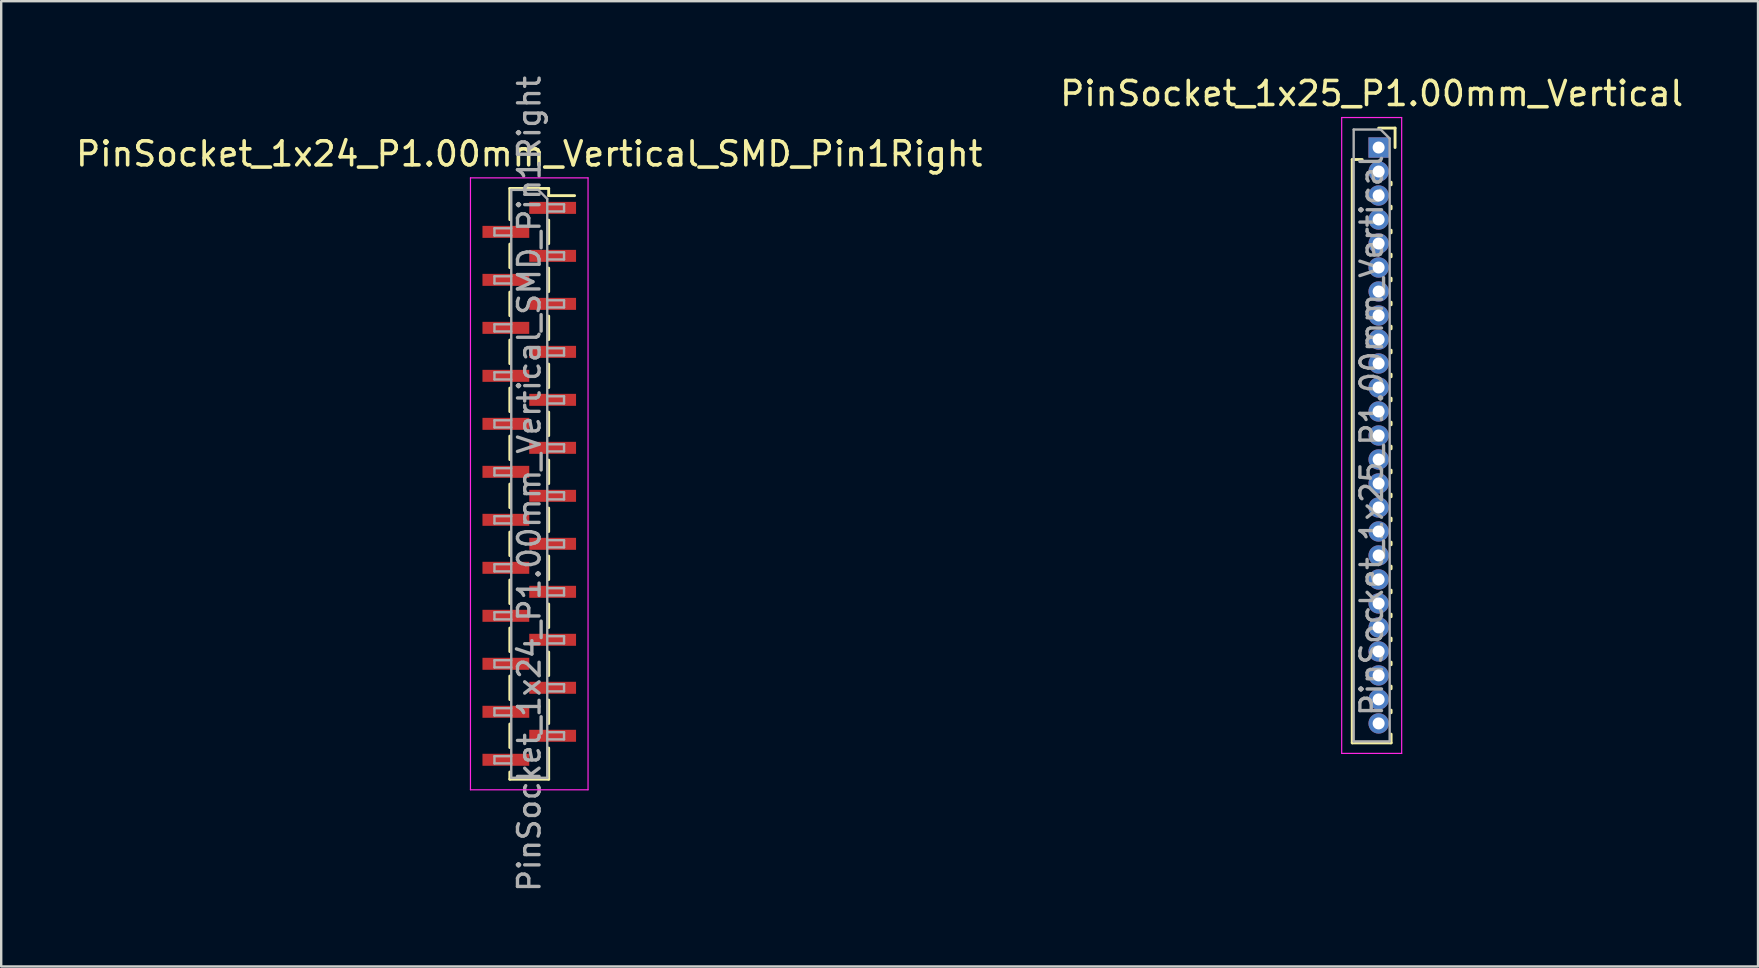
<source format=kicad_pcb>
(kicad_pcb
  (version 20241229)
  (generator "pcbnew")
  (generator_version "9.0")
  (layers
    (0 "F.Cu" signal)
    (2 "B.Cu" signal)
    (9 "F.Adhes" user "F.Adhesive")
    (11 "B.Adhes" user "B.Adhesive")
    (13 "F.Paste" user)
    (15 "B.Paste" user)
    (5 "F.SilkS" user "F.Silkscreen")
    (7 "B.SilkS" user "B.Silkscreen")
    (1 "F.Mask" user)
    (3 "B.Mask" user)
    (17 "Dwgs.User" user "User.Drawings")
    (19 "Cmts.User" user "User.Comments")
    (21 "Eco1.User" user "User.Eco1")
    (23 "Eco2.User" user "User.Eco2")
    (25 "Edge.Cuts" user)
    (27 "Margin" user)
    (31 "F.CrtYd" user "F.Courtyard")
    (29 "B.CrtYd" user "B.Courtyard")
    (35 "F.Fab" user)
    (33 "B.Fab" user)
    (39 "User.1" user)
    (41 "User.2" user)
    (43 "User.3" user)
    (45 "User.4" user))
  (footprint "PinSocket_1x25_P1.00mm_Vertical"
    (layer "F.Cu")
    (at 54.403 3.098)
    (property "Reference" "PinSocket_1x25_P1.00mm_Vertical" (at -0.29 -2.25 0) (layer "F.SilkS") (effects (font (size 1 1) (thickness 0.15))))
    (attr through_hole)
    (fp_line (start -1.1 0.5) (end -1.1 24.81) (stroke (width 0.12) (type solid)) (layer "F.SilkS"))
    (fp_line (start -1.1 0.5) (end -0.685 0.5) (stroke (width 0.12) (type solid)) (layer "F.SilkS"))
    (fp_line (start -1.1 24.81) (end 0.52 24.81) (stroke (width 0.12) (type solid)) (layer "F.SilkS"))
    (fp_line (start 0 -0.81) (end 0.685 -0.81) (stroke (width 0.12) (type solid)) (layer "F.SilkS"))
    (fp_line (start 0.52 1.446) (end 0.52 1.554) (stroke (width 0.12) (type solid)) (layer "F.SilkS"))
    (fp_line (start 0.52 2.446) (end 0.52 2.554) (stroke (width 0.12) (type solid)) (layer "F.SilkS"))
    (fp_line (start 0.52 3.446) (end 0.52 3.554) (stroke (width 0.12) (type solid)) (layer "F.SilkS"))
    (fp_line (start 0.52 4.446) (end 0.52 4.554) (stroke (width 0.12) (type solid)) (layer "F.SilkS"))
    (fp_line (start 0.52 5.446) (end 0.52 5.554) (stroke (width 0.12) (type solid)) (layer "F.SilkS"))
    (fp_line (start 0.52 6.446) (end 0.52 6.554) (stroke (width 0.12) (type solid)) (layer "F.SilkS"))
    (fp_line (start 0.52 7.446) (end 0.52 7.554) (stroke (width 0.12) (type solid)) (layer "F.SilkS"))
    (fp_line (start 0.52 8.446) (end 0.52 8.554) (stroke (width 0.12) (type solid)) (layer "F.SilkS"))
    (fp_line (start 0.52 9.446) (end 0.52 9.554) (stroke (width 0.12) (type solid)) (layer "F.SilkS"))
    (fp_line (start 0.52 10.446) (end 0.52 10.554) (stroke (width 0.12) (type solid)) (layer "F.SilkS"))
    (fp_line (start 0.52 11.446) (end 0.52 11.554) (stroke (width 0.12) (type solid)) (layer "F.SilkS"))
    (fp_line (start 0.52 12.446) (end 0.52 12.554) (stroke (width 0.12) (type solid)) (layer "F.SilkS"))
    (fp_line (start 0.52 13.446) (end 0.52 13.554) (stroke (width 0.12) (type solid)) (layer "F.SilkS"))
    (fp_line (start 0.52 14.446) (end 0.52 14.554) (stroke (width 0.12) (type solid)) (layer "F.SilkS"))
    (fp_line (start 0.52 15.446) (end 0.52 15.554) (stroke (width 0.12) (type solid)) (layer "F.SilkS"))
    (fp_line (start 0.52 16.446) (end 0.52 16.554) (stroke (width 0.12) (type solid)) (layer "F.SilkS"))
    (fp_line (start 0.52 17.446) (end 0.52 17.554) (stroke (width 0.12) (type solid)) (layer "F.SilkS"))
    (fp_line (start 0.52 18.446) (end 0.52 18.554) (stroke (width 0.12) (type solid)) (layer "F.SilkS"))
    (fp_line (start 0.52 19.446) (end 0.52 19.554) (stroke (width 0.12) (type solid)) (layer "F.SilkS"))
    (fp_line (start 0.52 20.446) (end 0.52 20.554) (stroke (width 0.12) (type solid)) (layer "F.SilkS"))
    (fp_line (start 0.52 21.446) (end 0.52 21.554) (stroke (width 0.12) (type solid)) (layer "F.SilkS"))
    (fp_line (start 0.52 22.446) (end 0.52 22.554) (stroke (width 0.12) (type solid)) (layer "F.SilkS"))
    (fp_line (start 0.52 23.446) (end 0.52 23.554) (stroke (width 0.12) (type solid)) (layer "F.SilkS"))
    (fp_line (start 0.52 24.446) (end 0.52 24.81) (stroke (width 0.12) (type solid)) (layer "F.SilkS"))
    (fp_line (start 0.685 -0.81) (end 0.685 0) (stroke (width 0.12) (type solid)) (layer "F.SilkS"))
    (fp_line (start -1.54 -1.25) (end 0.96 -1.25) (stroke (width 0.05) (type solid)) (layer "F.CrtYd"))
    (fp_line (start -1.54 25.25) (end -1.54 -1.25) (stroke (width 0.05) (type solid)) (layer "F.CrtYd"))
    (fp_line (start 0.96 -1.25) (end 0.96 25.25) (stroke (width 0.05) (type solid)) (layer "F.CrtYd"))
    (fp_line (start 0.96 25.25) (end -1.54 25.25) (stroke (width 0.05) (type solid)) (layer "F.CrtYd"))
    (fp_line (start -1.04 -0.75) (end 0.085 -0.75) (stroke (width 0.1) (type solid)) (layer "F.Fab"))
    (fp_line (start -1.04 24.75) (end -1.04 -0.75) (stroke (width 0.1) (type solid)) (layer "F.Fab"))
    (fp_line (start 0.085 -0.75) (end 0.46 -0.375) (stroke (width 0.1) (type solid)) (layer "F.Fab"))
    (fp_line (start 0.46 -0.375) (end 0.46 24.75) (stroke (width 0.1) (type solid)) (layer "F.Fab"))
    (fp_line (start 0.46 24.75) (end -1.04 24.75) (stroke (width 0.1) (type solid)) (layer "F.Fab"))
    (fp_text user "${REFERENCE}" (at -0.29 12 90) (layer "F.Fab") (effects (font (size 0.9 0.9) (thickness 0.14))))
    (pad "1" thru_hole rect (at 0 0) (size 0.85 0.85) (drill 0.5) (layers "*.Cu" "*.Mask"))
    (pad "2" thru_hole oval (at 0 1) (size 0.85 0.85) (drill 0.5) (layers "*.Cu" "*.Mask"))
    (pad "3" thru_hole oval (at 0 2) (size 0.85 0.85) (drill 0.5) (layers "*.Cu" "*.Mask"))
    (pad "4" thru_hole oval (at 0 3) (size 0.85 0.85) (drill 0.5) (layers "*.Cu" "*.Mask"))
    (pad "5" thru_hole oval (at 0 4) (size 0.85 0.85) (drill 0.5) (layers "*.Cu" "*.Mask"))
    (pad "6" thru_hole oval (at 0 5) (size 0.85 0.85) (drill 0.5) (layers "*.Cu" "*.Mask"))
    (pad "7" thru_hole oval (at 0 6) (size 0.85 0.85) (drill 0.5) (layers "*.Cu" "*.Mask"))
    (pad "8" thru_hole oval (at 0 7) (size 0.85 0.85) (drill 0.5) (layers "*.Cu" "*.Mask"))
    (pad "9" thru_hole oval (at 0 8) (size 0.85 0.85) (drill 0.5) (layers "*.Cu" "*.Mask"))
    (pad "10" thru_hole oval (at 0 9) (size 0.85 0.85) (drill 0.5) (layers "*.Cu" "*.Mask"))
    (pad "11" thru_hole oval (at 0 10) (size 0.85 0.85) (drill 0.5) (layers "*.Cu" "*.Mask"))
    (pad "12" thru_hole oval (at 0 11) (size 0.85 0.85) (drill 0.5) (layers "*.Cu" "*.Mask"))
    (pad "13" thru_hole oval (at 0 12) (size 0.85 0.85) (drill 0.5) (layers "*.Cu" "*.Mask"))
    (pad "14" thru_hole oval (at 0 13) (size 0.85 0.85) (drill 0.5) (layers "*.Cu" "*.Mask"))
    (pad "15" thru_hole oval (at 0 14) (size 0.85 0.85) (drill 0.5) (layers "*.Cu" "*.Mask"))
    (pad "16" thru_hole oval (at 0 15) (size 0.85 0.85) (drill 0.5) (layers "*.Cu" "*.Mask"))
    (pad "17" thru_hole oval (at 0 16) (size 0.85 0.85) (drill 0.5) (layers "*.Cu" "*.Mask"))
    (pad "18" thru_hole oval (at 0 17) (size 0.85 0.85) (drill 0.5) (layers "*.Cu" "*.Mask"))
    (pad "19" thru_hole oval (at 0 18) (size 0.85 0.85) (drill 0.5) (layers "*.Cu" "*.Mask"))
    (pad "20" thru_hole oval (at 0 19) (size 0.85 0.85) (drill 0.5) (layers "*.Cu" "*.Mask"))
    (pad "21" thru_hole oval (at 0 20) (size 0.85 0.85) (drill 0.5) (layers "*.Cu" "*.Mask"))
    (pad "22" thru_hole oval (at 0 21) (size 0.85 0.85) (drill 0.5) (layers "*.Cu" "*.Mask"))
    (pad "23" thru_hole oval (at 0 22) (size 0.85 0.85) (drill 0.5) (layers "*.Cu" "*.Mask"))
    (pad "24" thru_hole oval (at 0 23) (size 0.85 0.85) (drill 0.5) (layers "*.Cu" "*.Mask"))
    (pad "25" thru_hole oval (at 0 24) (size 0.85 0.85) (drill 0.5) (layers "*.Cu" "*.Mask")))
  (footprint "PinSocket_1x24_P1.00mm_Vertical_SMD_Pin1Right"
    (layer "F.Cu")
    (at 19.006 17.113)
    (property "Reference" "PinSocket_1x24_P1.00mm_Vertical_SMD_Pin1Right" (at 0 -13.75 0) (layer "F.SilkS") (effects (font (size 1 1) (thickness 0.15))))
    (attr smd)
    (fp_line (start -0.81 -12.31) (end -0.81 -11.01) (stroke (width 0.12) (type solid)) (layer "F.SilkS"))
    (fp_line (start -0.81 -12.31) (end 0.81 -12.31) (stroke (width 0.12) (type solid)) (layer "F.SilkS"))
    (fp_line (start -0.81 -9.99) (end -0.81 -9.01) (stroke (width 0.12) (type solid)) (layer "F.SilkS"))
    (fp_line (start -0.81 -7.99) (end -0.81 -7.01) (stroke (width 0.12) (type solid)) (layer "F.SilkS"))
    (fp_line (start -0.81 -5.99) (end -0.81 -5.01) (stroke (width 0.12) (type solid)) (layer "F.SilkS"))
    (fp_line (start -0.81 -3.99) (end -0.81 -3.01) (stroke (width 0.12) (type solid)) (layer "F.SilkS"))
    (fp_line (start -0.81 -1.99) (end -0.81 -1.01) (stroke (width 0.12) (type solid)) (layer "F.SilkS"))
    (fp_line (start -0.81 0.01) (end -0.81 0.99) (stroke (width 0.12) (type solid)) (layer "F.SilkS"))
    (fp_line (start -0.81 2.01) (end -0.81 2.99) (stroke (width 0.12) (type solid)) (layer "F.SilkS"))
    (fp_line (start -0.81 4.01) (end -0.81 4.99) (stroke (width 0.12) (type solid)) (layer "F.SilkS"))
    (fp_line (start -0.81 6.01) (end -0.81 6.99) (stroke (width 0.12) (type solid)) (layer "F.SilkS"))
    (fp_line (start -0.81 8.01) (end -0.81 8.99) (stroke (width 0.12) (type solid)) (layer "F.SilkS"))
    (fp_line (start -0.81 10.01) (end -0.81 10.99) (stroke (width 0.12) (type solid)) (layer "F.SilkS"))
    (fp_line (start -0.81 12.01) (end -0.81 12.31) (stroke (width 0.12) (type solid)) (layer "F.SilkS"))
    (fp_line (start -0.81 12.31) (end 0.81 12.31) (stroke (width 0.12) (type solid)) (layer "F.SilkS"))
    (fp_line (start 0.81 -12.31) (end 0.81 -12.01) (stroke (width 0.12) (type solid)) (layer "F.SilkS"))
    (fp_line (start 0.81 -12.01) (end 1.89 -12.01) (stroke (width 0.12) (type solid)) (layer "F.SilkS"))
    (fp_line (start 0.81 -10.99) (end 0.81 -10.01) (stroke (width 0.12) (type solid)) (layer "F.SilkS"))
    (fp_line (start 0.81 -8.99) (end 0.81 -8.01) (stroke (width 0.12) (type solid)) (layer "F.SilkS"))
    (fp_line (start 0.81 -6.99) (end 0.81 -6.01) (stroke (width 0.12) (type solid)) (layer "F.SilkS"))
    (fp_line (start 0.81 -4.99) (end 0.81 -4.01) (stroke (width 0.12) (type solid)) (layer "F.SilkS"))
    (fp_line (start 0.81 -2.99) (end 0.81 -2.01) (stroke (width 0.12) (type solid)) (layer "F.SilkS"))
    (fp_line (start 0.81 -0.99) (end 0.81 -0.01) (stroke (width 0.12) (type solid)) (layer "F.SilkS"))
    (fp_line (start 0.81 1.01) (end 0.81 1.99) (stroke (width 0.12) (type solid)) (layer "F.SilkS"))
    (fp_line (start 0.81 3.01) (end 0.81 3.99) (stroke (width 0.12) (type solid)) (layer "F.SilkS"))
    (fp_line (start 0.81 5.01) (end 0.81 5.99) (stroke (width 0.12) (type solid)) (layer "F.SilkS"))
    (fp_line (start 0.81 7.01) (end 0.81 7.99) (stroke (width 0.12) (type solid)) (layer "F.SilkS"))
    (fp_line (start 0.81 9.01) (end 0.81 9.99) (stroke (width 0.12) (type solid)) (layer "F.SilkS"))
    (fp_line (start 0.81 11.01) (end 0.81 12.31) (stroke (width 0.12) (type solid)) (layer "F.SilkS"))
    (fp_line (start -2.45 -12.75) (end 2.45 -12.75) (stroke (width 0.05) (type solid)) (layer "F.CrtYd"))
    (fp_line (start -2.45 12.75) (end -2.45 -12.75) (stroke (width 0.05) (type solid)) (layer "F.CrtYd"))
    (fp_line (start 2.45 -12.75) (end 2.45 12.75) (stroke (width 0.05) (type solid)) (layer "F.CrtYd"))
    (fp_line (start 2.45 12.75) (end -2.45 12.75) (stroke (width 0.05) (type solid)) (layer "F.CrtYd"))
    (fp_line (start -1.45 -10.65) (end -0.75 -10.65) (stroke (width 0.1) (type solid)) (layer "F.Fab"))
    (fp_line (start -1.45 -10.35) (end -1.45 -10.65) (stroke (width 0.1) (type solid)) (layer "F.Fab"))
    (fp_line (start -1.45 -8.65) (end -0.75 -8.65) (stroke (width 0.1) (type solid)) (layer "F.Fab"))
    (fp_line (start -1.45 -8.35) (end -1.45 -8.65) (stroke (width 0.1) (type solid)) (layer "F.Fab"))
    (fp_line (start -1.45 -6.65) (end -0.75 -6.65) (stroke (width 0.1) (type solid)) (layer "F.Fab"))
    (fp_line (start -1.45 -6.35) (end -1.45 -6.65) (stroke (width 0.1) (type solid)) (layer "F.Fab"))
    (fp_line (start -1.45 -4.65) (end -0.75 -4.65) (stroke (width 0.1) (type solid)) (layer "F.Fab"))
    (fp_line (start -1.45 -4.35) (end -1.45 -4.65) (stroke (width 0.1) (type solid)) (layer "F.Fab"))
    (fp_line (start -1.45 -2.65) (end -0.75 -2.65) (stroke (width 0.1) (type solid)) (layer "F.Fab"))
    (fp_line (start -1.45 -2.35) (end -1.45 -2.65) (stroke (width 0.1) (type solid)) (layer "F.Fab"))
    (fp_line (start -1.45 -0.65) (end -0.75 -0.65) (stroke (width 0.1) (type solid)) (layer "F.Fab"))
    (fp_line (start -1.45 -0.35) (end -1.45 -0.65) (stroke (width 0.1) (type solid)) (layer "F.Fab"))
    (fp_line (start -1.45 1.35) (end -0.75 1.35) (stroke (width 0.1) (type solid)) (layer "F.Fab"))
    (fp_line (start -1.45 1.65) (end -1.45 1.35) (stroke (width 0.1) (type solid)) (layer "F.Fab"))
    (fp_line (start -1.45 3.35) (end -0.75 3.35) (stroke (width 0.1) (type solid)) (layer "F.Fab"))
    (fp_line (start -1.45 3.65) (end -1.45 3.35) (stroke (width 0.1) (type solid)) (layer "F.Fab"))
    (fp_line (start -1.45 5.35) (end -0.75 5.35) (stroke (width 0.1) (type solid)) (layer "F.Fab"))
    (fp_line (start -1.45 5.65) (end -1.45 5.35) (stroke (width 0.1) (type solid)) (layer "F.Fab"))
    (fp_line (start -1.45 7.35) (end -0.75 7.35) (stroke (width 0.1) (type solid)) (layer "F.Fab"))
    (fp_line (start -1.45 7.65) (end -1.45 7.35) (stroke (width 0.1) (type solid)) (layer "F.Fab"))
    (fp_line (start -1.45 9.35) (end -0.75 9.35) (stroke (width 0.1) (type solid)) (layer "F.Fab"))
    (fp_line (start -1.45 9.65) (end -1.45 9.35) (stroke (width 0.1) (type solid)) (layer "F.Fab"))
    (fp_line (start -1.45 11.35) (end -0.75 11.35) (stroke (width 0.1) (type solid)) (layer "F.Fab"))
    (fp_line (start -1.45 11.65) (end -1.45 11.35) (stroke (width 0.1) (type solid)) (layer "F.Fab"))
    (fp_line (start -0.75 -12.25) (end 0.375 -12.25) (stroke (width 0.1) (type solid)) (layer "F.Fab"))
    (fp_line (start -0.75 -10.35) (end -1.45 -10.35) (stroke (width 0.1) (type solid)) (layer "F.Fab"))
    (fp_line (start -0.75 -8.35) (end -1.45 -8.35) (stroke (width 0.1) (type solid)) (layer "F.Fab"))
    (fp_line (start -0.75 -6.35) (end -1.45 -6.35) (stroke (width 0.1) (type solid)) (layer "F.Fab"))
    (fp_line (start -0.75 -4.35) (end -1.45 -4.35) (stroke (width 0.1) (type solid)) (layer "F.Fab"))
    (fp_line (start -0.75 -2.35) (end -1.45 -2.35) (stroke (width 0.1) (type solid)) (layer "F.Fab"))
    (fp_line (start -0.75 -0.35) (end -1.45 -0.35) (stroke (width 0.1) (type solid)) (layer "F.Fab"))
    (fp_line (start -0.75 1.65) (end -1.45 1.65) (stroke (width 0.1) (type solid)) (layer "F.Fab"))
    (fp_line (start -0.75 3.65) (end -1.45 3.65) (stroke (width 0.1) (type solid)) (layer "F.Fab"))
    (fp_line (start -0.75 5.65) (end -1.45 5.65) (stroke (width 0.1) (type solid)) (layer "F.Fab"))
    (fp_line (start -0.75 7.65) (end -1.45 7.65) (stroke (width 0.1) (type solid)) (layer "F.Fab"))
    (fp_line (start -0.75 9.65) (end -1.45 9.65) (stroke (width 0.1) (type solid)) (layer "F.Fab"))
    (fp_line (start -0.75 11.65) (end -1.45 11.65) (stroke (width 0.1) (type solid)) (layer "F.Fab"))
    (fp_line (start -0.75 12.25) (end -0.75 -12.25) (stroke (width 0.1) (type solid)) (layer "F.Fab"))
    (fp_line (start 0.375 -12.25) (end 0.75 -11.875) (stroke (width 0.1) (type solid)) (layer "F.Fab"))
    (fp_line (start 0.75 -11.875) (end 0.75 12.25) (stroke (width 0.1) (type solid)) (layer "F.Fab"))
    (fp_line (start 0.75 -11.65) (end 1.45 -11.65) (stroke (width 0.1) (type solid)) (layer "F.Fab"))
    (fp_line (start 0.75 -9.65) (end 1.45 -9.65) (stroke (width 0.1) (type solid)) (layer "F.Fab"))
    (fp_line (start 0.75 -7.65) (end 1.45 -7.65) (stroke (width 0.1) (type solid)) (layer "F.Fab"))
    (fp_line (start 0.75 -5.65) (end 1.45 -5.65) (stroke (width 0.1) (type solid)) (layer "F.Fab"))
    (fp_line (start 0.75 -3.65) (end 1.45 -3.65) (stroke (width 0.1) (type solid)) (layer "F.Fab"))
    (fp_line (start 0.75 -1.65) (end 1.45 -1.65) (stroke (width 0.1) (type solid)) (layer "F.Fab"))
    (fp_line (start 0.75 0.35) (end 1.45 0.35) (stroke (width 0.1) (type solid)) (layer "F.Fab"))
    (fp_line (start 0.75 2.35) (end 1.45 2.35) (stroke (width 0.1) (type solid)) (layer "F.Fab"))
    (fp_line (start 0.75 4.35) (end 1.45 4.35) (stroke (width 0.1) (type solid)) (layer "F.Fab"))
    (fp_line (start 0.75 6.35) (end 1.45 6.35) (stroke (width 0.1) (type solid)) (layer "F.Fab"))
    (fp_line (start 0.75 8.35) (end 1.45 8.35) (stroke (width 0.1) (type solid)) (layer "F.Fab"))
    (fp_line (start 0.75 10.35) (end 1.45 10.35) (stroke (width 0.1) (type solid)) (layer "F.Fab"))
    (fp_line (start 0.75 12.25) (end -0.75 12.25) (stroke (width 0.1) (type solid)) (layer "F.Fab"))
    (fp_line (start 1.45 -11.65) (end 1.45 -11.35) (stroke (width 0.1) (type solid)) (layer "F.Fab"))
    (fp_line (start 1.45 -11.35) (end 0.75 -11.35) (stroke (width 0.1) (type solid)) (layer "F.Fab"))
    (fp_line (start 1.45 -9.65) (end 1.45 -9.35) (stroke (width 0.1) (type solid)) (layer "F.Fab"))
    (fp_line (start 1.45 -9.35) (end 0.75 -9.35) (stroke (width 0.1) (type solid)) (layer "F.Fab"))
    (fp_line (start 1.45 -7.65) (end 1.45 -7.35) (stroke (width 0.1) (type solid)) (layer "F.Fab"))
    (fp_line (start 1.45 -7.35) (end 0.75 -7.35) (stroke (width 0.1) (type solid)) (layer "F.Fab"))
    (fp_line (start 1.45 -5.65) (end 1.45 -5.35) (stroke (width 0.1) (type solid)) (layer "F.Fab"))
    (fp_line (start 1.45 -5.35) (end 0.75 -5.35) (stroke (width 0.1) (type solid)) (layer "F.Fab"))
    (fp_line (start 1.45 -3.65) (end 1.45 -3.35) (stroke (width 0.1) (type solid)) (layer "F.Fab"))
    (fp_line (start 1.45 -3.35) (end 0.75 -3.35) (stroke (width 0.1) (type solid)) (layer "F.Fab"))
    (fp_line (start 1.45 -1.65) (end 1.45 -1.35) (stroke (width 0.1) (type solid)) (layer "F.Fab"))
    (fp_line (start 1.45 -1.35) (end 0.75 -1.35) (stroke (width 0.1) (type solid)) (layer "F.Fab"))
    (fp_line (start 1.45 0.35) (end 1.45 0.65) (stroke (width 0.1) (type solid)) (layer "F.Fab"))
    (fp_line (start 1.45 0.65) (end 0.75 0.65) (stroke (width 0.1) (type solid)) (layer "F.Fab"))
    (fp_line (start 1.45 2.35) (end 1.45 2.65) (stroke (width 0.1) (type solid)) (layer "F.Fab"))
    (fp_line (start 1.45 2.65) (end 0.75 2.65) (stroke (width 0.1) (type solid)) (layer "F.Fab"))
    (fp_line (start 1.45 4.35) (end 1.45 4.65) (stroke (width 0.1) (type solid)) (layer "F.Fab"))
    (fp_line (start 1.45 4.65) (end 0.75 4.65) (stroke (width 0.1) (type solid)) (layer "F.Fab"))
    (fp_line (start 1.45 6.35) (end 1.45 6.65) (stroke (width 0.1) (type solid)) (layer "F.Fab"))
    (fp_line (start 1.45 6.65) (end 0.75 6.65) (stroke (width 0.1) (type solid)) (layer "F.Fab"))
    (fp_line (start 1.45 8.35) (end 1.45 8.65) (stroke (width 0.1) (type solid)) (layer "F.Fab"))
    (fp_line (start 1.45 8.65) (end 0.75 8.65) (stroke (width 0.1) (type solid)) (layer "F.Fab"))
    (fp_line (start 1.45 10.35) (end 1.45 10.65) (stroke (width 0.1) (type solid)) (layer "F.Fab"))
    (fp_line (start 1.45 10.65) (end 0.75 10.65) (stroke (width 0.1) (type solid)) (layer "F.Fab"))
    (fp_text user "${REFERENCE}" (at 0 0 90) (layer "F.Fab") (effects (font (size 0.9 0.9) (thickness 0.14))))
    (pad "1" smd rect (at 0.975 -11.5) (size 1.95 0.5) (layers "F.Cu" "F.Mask" "F.Paste"))
    (pad "2" smd rect (at -0.975 -10.5) (size 1.95 0.5) (layers "F.Cu" "F.Mask" "F.Paste"))
    (pad "3" smd rect (at 0.975 -9.5) (size 1.95 0.5) (layers "F.Cu" "F.Mask" "F.Paste"))
    (pad "4" smd rect (at -0.975 -8.5) (size 1.95 0.5) (layers "F.Cu" "F.Mask" "F.Paste"))
    (pad "5" smd rect (at 0.975 -7.5) (size 1.95 0.5) (layers "F.Cu" "F.Mask" "F.Paste"))
    (pad "6" smd rect (at -0.975 -6.5) (size 1.95 0.5) (layers "F.Cu" "F.Mask" "F.Paste"))
    (pad "7" smd rect (at 0.975 -5.5) (size 1.95 0.5) (layers "F.Cu" "F.Mask" "F.Paste"))
    (pad "8" smd rect (at -0.975 -4.5) (size 1.95 0.5) (layers "F.Cu" "F.Mask" "F.Paste"))
    (pad "9" smd rect (at 0.975 -3.5) (size 1.95 0.5) (layers "F.Cu" "F.Mask" "F.Paste"))
    (pad "10" smd rect (at -0.975 -2.5) (size 1.95 0.5) (layers "F.Cu" "F.Mask" "F.Paste"))
    (pad "11" smd rect (at 0.975 -1.5) (size 1.95 0.5) (layers "F.Cu" "F.Mask" "F.Paste"))
    (pad "12" smd rect (at -0.975 -0.5) (size 1.95 0.5) (layers "F.Cu" "F.Mask" "F.Paste"))
    (pad "13" smd rect (at 0.975 0.5) (size 1.95 0.5) (layers "F.Cu" "F.Mask" "F.Paste"))
    (pad "14" smd rect (at -0.975 1.5) (size 1.95 0.5) (layers "F.Cu" "F.Mask" "F.Paste"))
    (pad "15" smd rect (at 0.975 2.5) (size 1.95 0.5) (layers "F.Cu" "F.Mask" "F.Paste"))
    (pad "16" smd rect (at -0.975 3.5) (size 1.95 0.5) (layers "F.Cu" "F.Mask" "F.Paste"))
    (pad "17" smd rect (at 0.975 4.5) (size 1.95 0.5) (layers "F.Cu" "F.Mask" "F.Paste"))
    (pad "18" smd rect (at -0.975 5.5) (size 1.95 0.5) (layers "F.Cu" "F.Mask" "F.Paste"))
    (pad "19" smd rect (at 0.975 6.5) (size 1.95 0.5) (layers "F.Cu" "F.Mask" "F.Paste"))
    (pad "20" smd rect (at -0.975 7.5) (size 1.95 0.5) (layers "F.Cu" "F.Mask" "F.Paste"))
    (pad "21" smd rect (at 0.975 8.5) (size 1.95 0.5) (layers "F.Cu" "F.Mask" "F.Paste"))
    (pad "22" smd rect (at -0.975 9.5) (size 1.95 0.5) (layers "F.Cu" "F.Mask" "F.Paste"))
    (pad "23" smd rect (at 0.975 10.5) (size 1.95 0.5) (layers "F.Cu" "F.Mask" "F.Paste"))
    (pad "24" smd rect (at -0.975 11.5) (size 1.95 0.5) (layers "F.Cu" "F.Mask" "F.Paste")))
  (gr_rect
    (start -3 -3)
    (end 70.214 37.226)
    (stroke (width 0.1) (type default))
    (fill no)
    (layer "Edge.Cuts")))
</source>
